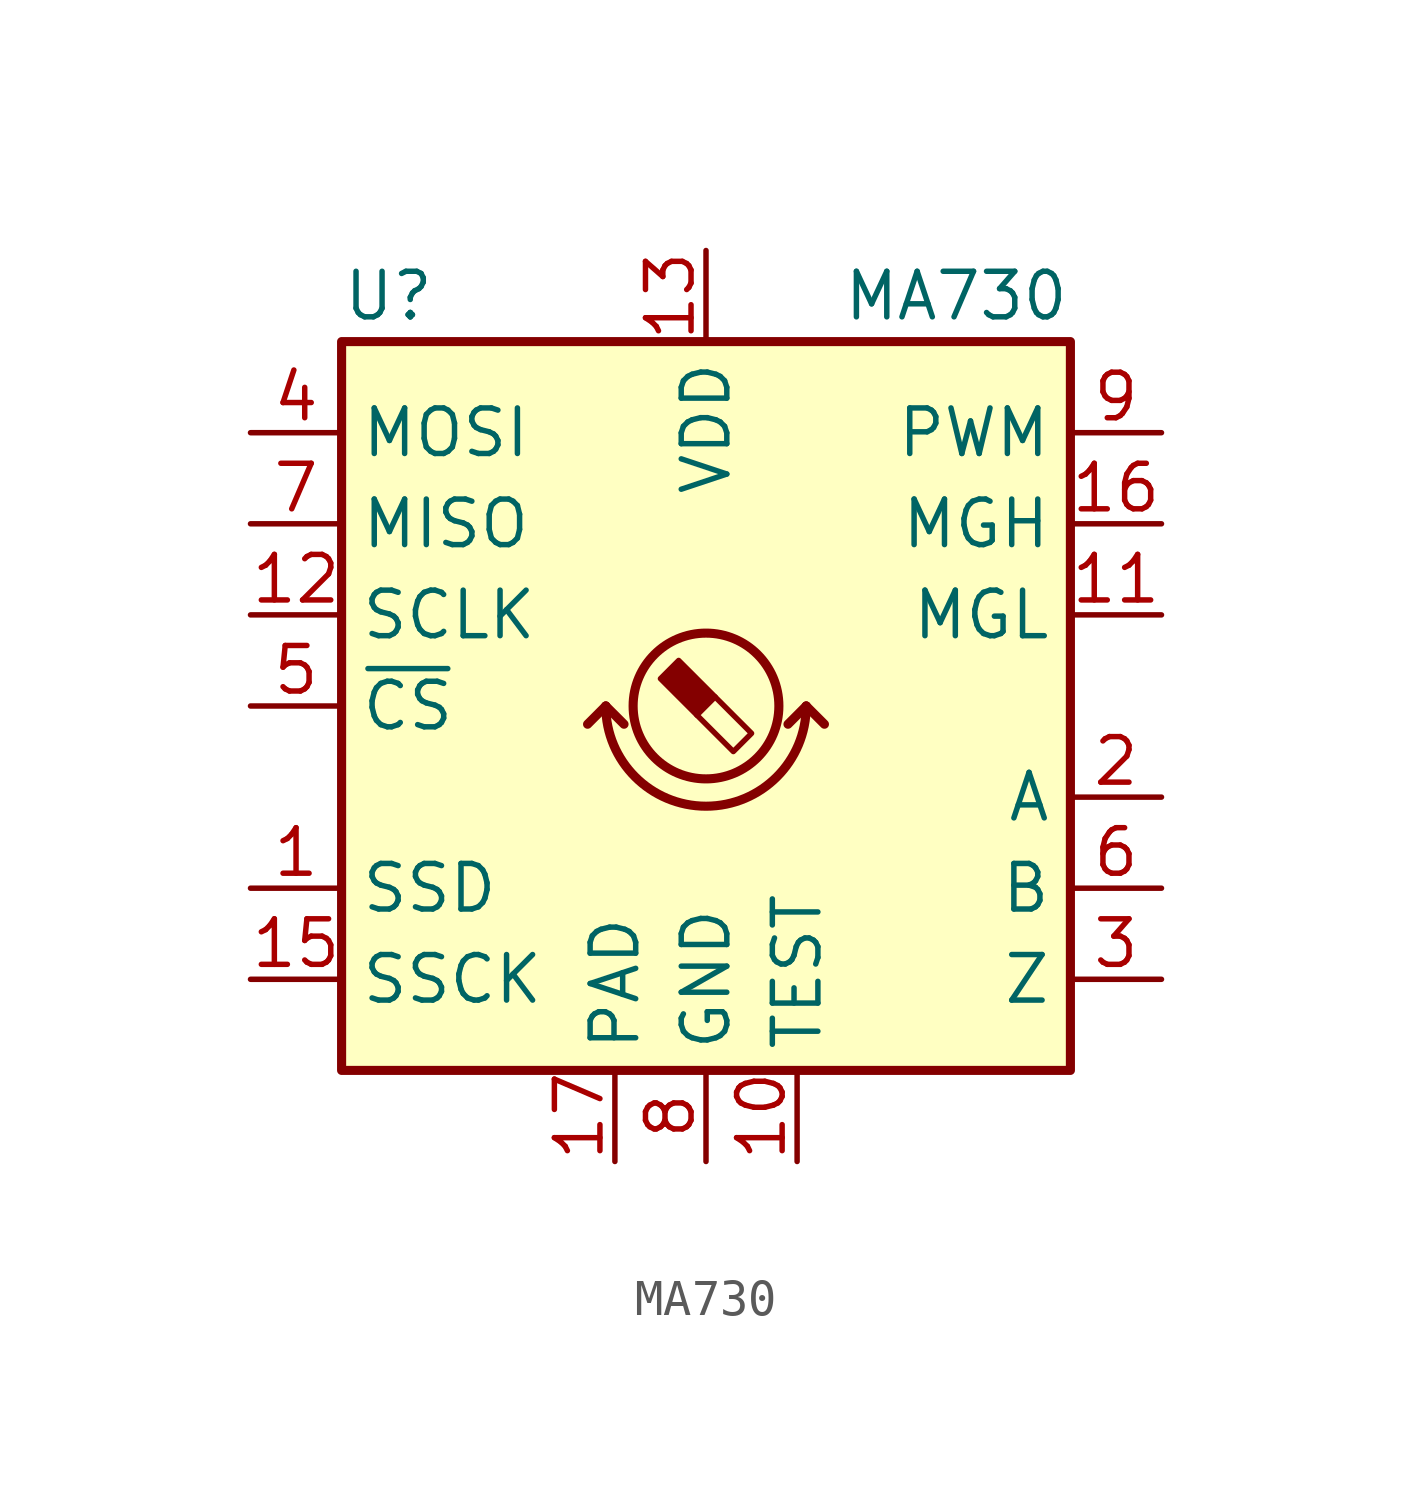
<source format=kicad_sym>
(kicad_symbol_lib
  (version 20211014)
  (generator kicad_symbol_editor)
  (symbol "MA730"
    (property "Reference" "U"
      (at -10.16 11.43 0)
      (effects (font (size 1.27 1.27)) (justify left)))
    (property "Value" "MA730"
      (at 10.16 11.43 0)
      (effects (font (size 1.27 1.27)) (justify right)))
    (symbol "MA730_0_1"
      (rectangle (start -10.16 10.16) (end 10.16 -10.16) (stroke (width 0.254) (type default) (color 0 0 0 0)) (fill (type background)))
      (arc (start -2.794 0) (mid 0 -2.794) (end 2.794 0) (stroke (width 0.254) (type default) (color 0 0 0 0)) (fill (type none)))
      (polyline (pts (xy -2.794 0) (xy -3.302 -0.508)) (stroke (width 0.254) (type default) (color 0 0 0 0)) (fill (type none)))
      (polyline (pts (xy -2.794 0) (xy -2.286 -0.508)) (stroke (width 0.254) (type default) (color 0 0 0 0)) (fill (type none)))
      (polyline (pts (xy 2.794 0) (xy 2.286 -0.508)) (stroke (width 0.254) (type default) (color 0 0 0 0)) (fill (type none)))
      (polyline (pts (xy 2.794 0) (xy 3.302 -0.508)) (stroke (width 0.254) (type default) (color 0 0 0 0)) (fill (type none))))
    (symbol "MA730_1_1"
      (polyline (pts (xy 0.254 0.254) (xy 1.27 -0.762) (xy 0.762 -1.27) (xy -0.254 -0.254)) (stroke (width 0) (type default) (color 0 0 0 0)) (fill (type none)))
      (polyline (pts (xy -0.762 1.27) (xy 0.254 0.254) (xy -0.254 -0.254) (xy -1.27 0.762) (xy -1.016 1.016) (xy -0.762 1.27) (xy -0.635 1.143)) (stroke (width 0) (type default) (color 0 0 0 0)) (fill (type outline)))
      (circle (center 0 0) (radius 2.032) (stroke (width 0.254) (type default) (color 0 0 0 0)) (fill (type none)))
      (pin output line (at -12.7 -5.08 0) (length 2.54) (name "SSD" (effects (font (size 1.27 1.27)))) (number "1" (effects (font (size 1.27 1.27)))))
      (pin passive line (at 2.54 -12.7 90) (length 2.54) (name "TEST" (effects (font (size 1.27 1.27)))) (number "10" (effects (font (size 1.27 1.27)))))
      (pin output line (at 12.7 2.54 180) (length 2.54) (name "MGL" (effects (font (size 1.27 1.27)))) (number "11" (effects (font (size 1.27 1.27)))))
      (pin input line (at -12.7 2.54 0) (length 2.54) (name "SCLK" (effects (font (size 1.27 1.27)))) (number "12" (effects (font (size 1.27 1.27)))))
      (pin power_in line (at 0 12.7 270) (length 2.54) (name "VDD" (effects (font (size 1.27 1.27)))) (number "13" (effects (font (size 1.27 1.27)))))
      (pin no_connect line (at 5.08 -10.16 90) (length 2.54) hide (name "NC" (effects (font (size 1.27 1.27)))) (number "14" (effects (font (size 1.27 1.27)))))
      (pin input line (at -12.7 -7.62 0) (length 2.54) (name "SSCK" (effects (font (size 1.27 1.27)))) (number "15" (effects (font (size 1.27 1.27)))))
      (pin output line (at 12.7 5.08 180) (length 2.54) (name "MGH" (effects (font (size 1.27 1.27)))) (number "16" (effects (font (size 1.27 1.27)))))
      (pin input line (at -2.54 -12.7 90) (length 2.54) (name "PAD" (effects (font (size 1.27 1.27)))) (number "17" (effects (font (size 1.27 1.27)))))
      (pin output line (at 12.7 -2.54 180) (length 2.54) (name "A" (effects (font (size 1.27 1.27)))) (number "2" (effects (font (size 1.27 1.27)))))
      (pin output line (at 12.7 -7.62 180) (length 2.54) (name "Z" (effects (font (size 1.27 1.27)))) (number "3" (effects (font (size 1.27 1.27)))))
      (pin input line (at -12.7 7.62 0) (length 2.54) (name "MOSI" (effects (font (size 1.27 1.27)))) (number "4" (effects (font (size 1.27 1.27)))))
      (pin input line (at -12.7 0 0) (length 2.54) (name "~{CS}" (effects (font (size 1.27 1.27)))) (number "5" (effects (font (size 1.27 1.27)))))
      (pin output line (at 12.7 -5.08 180) (length 2.54) (name "B" (effects (font (size 1.27 1.27)))) (number "6" (effects (font (size 1.27 1.27)))))
      (pin output line (at -12.7 5.08 0) (length 2.54) (name "MISO" (effects (font (size 1.27 1.27)))) (number "7" (effects (font (size 1.27 1.27)))))
      (pin power_in line (at 0 -12.7 90) (length 2.54) (name "GND" (effects (font (size 1.27 1.27)))) (number "8" (effects (font (size 1.27 1.27)))))
      (pin output line (at 12.7 7.62 180) (length 2.54) (name "PWM" (effects (font (size 1.27 1.27)))) (number "9" (effects (font (size 1.27 1.27))))))))
</source>
